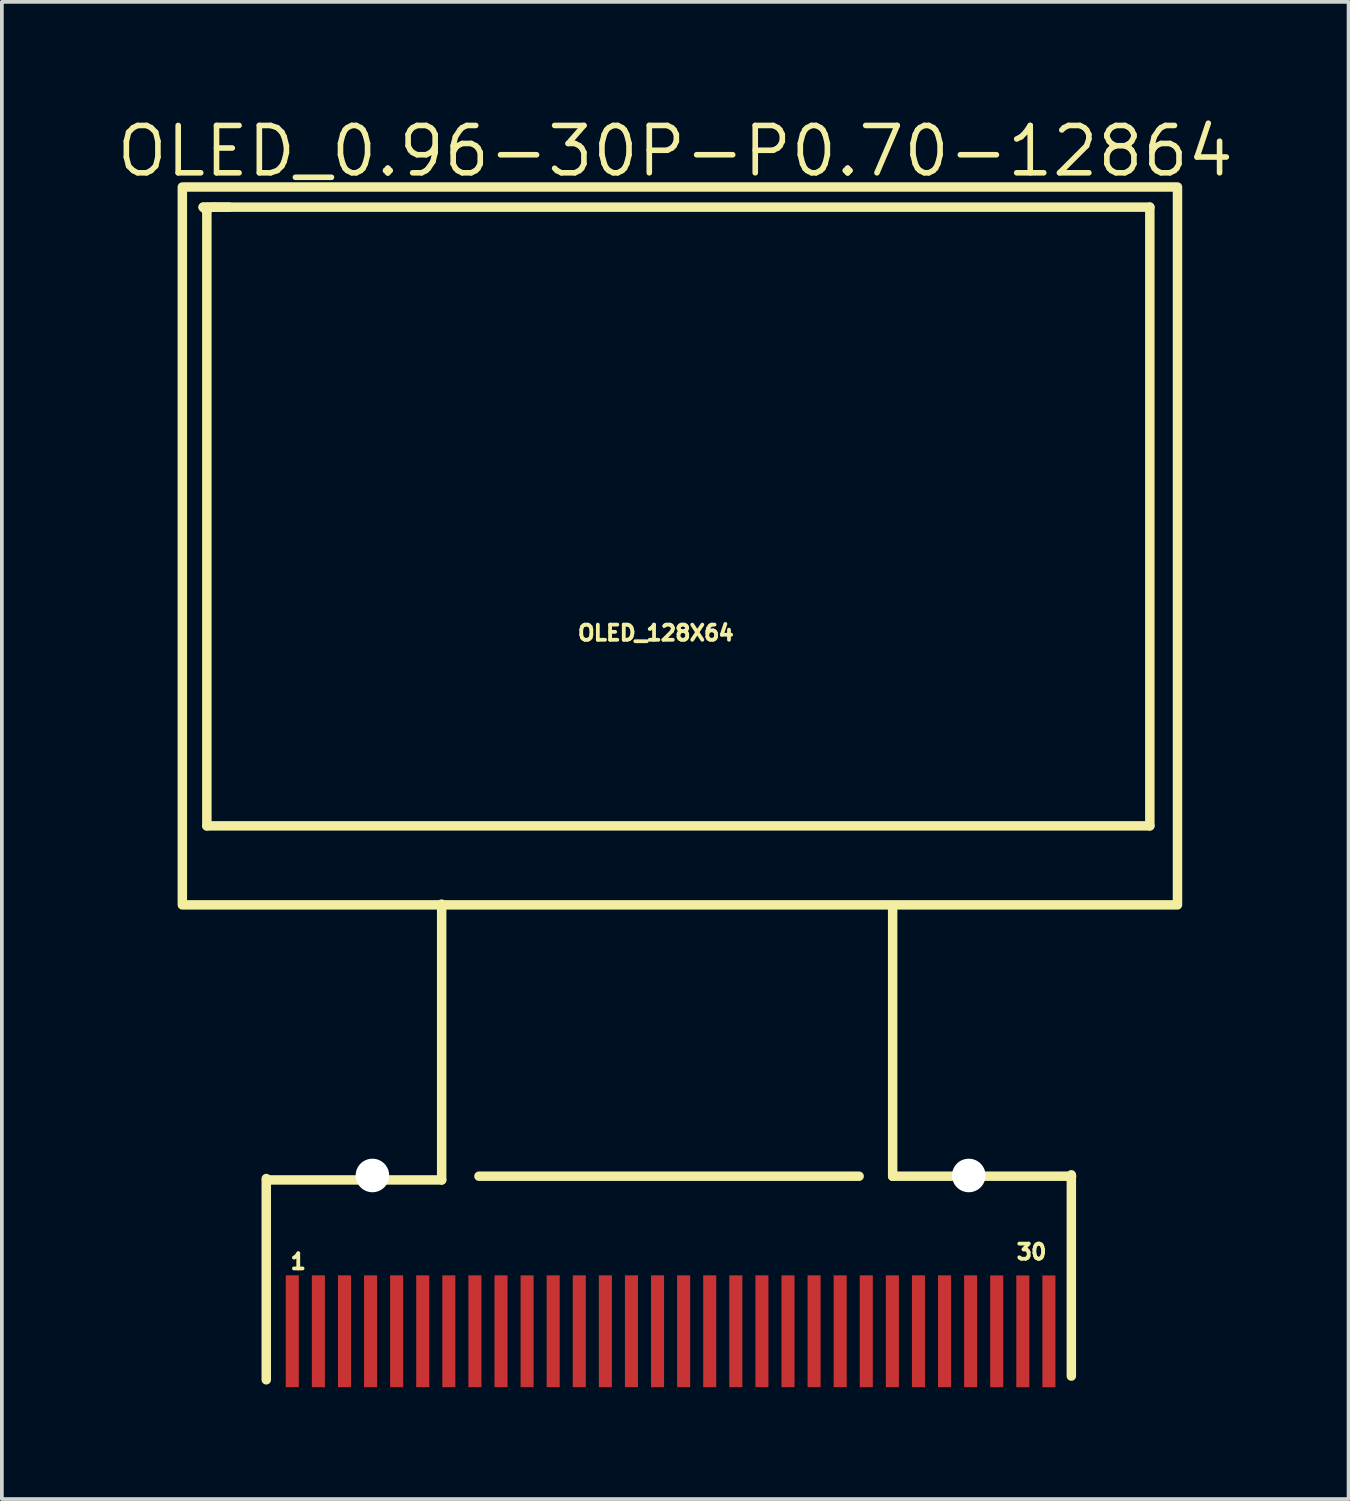
<source format=kicad_pcb>
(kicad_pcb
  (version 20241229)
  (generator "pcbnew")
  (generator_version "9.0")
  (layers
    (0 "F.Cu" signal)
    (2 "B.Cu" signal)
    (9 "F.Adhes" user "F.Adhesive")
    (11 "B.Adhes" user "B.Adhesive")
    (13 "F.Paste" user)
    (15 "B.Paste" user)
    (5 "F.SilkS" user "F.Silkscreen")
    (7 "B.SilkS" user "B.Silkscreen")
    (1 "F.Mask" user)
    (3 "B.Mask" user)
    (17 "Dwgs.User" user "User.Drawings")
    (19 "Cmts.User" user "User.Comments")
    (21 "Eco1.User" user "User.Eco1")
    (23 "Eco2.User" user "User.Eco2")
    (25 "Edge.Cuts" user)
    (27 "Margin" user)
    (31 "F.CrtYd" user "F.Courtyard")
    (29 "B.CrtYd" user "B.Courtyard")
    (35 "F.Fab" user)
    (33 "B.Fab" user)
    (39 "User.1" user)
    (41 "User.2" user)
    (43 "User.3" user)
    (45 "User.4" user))
  (footprint "OLED_0.96-30P-P0.70-12864"
    (layer "F.Cu")
    (at 14.942 32.668)
    (property "Reference" "OLED_0.96-30P-P0.70-12864" (at 0.124 -31.662 0) (layer "F.SilkS") (effects (font (size 1.27 1.27) (thickness 0.15))))
    (fp_line (start -12.541 -30.16) (end -12.242 -30.16) (stroke (width 0.254) (type default)) (layer "F.SilkS"))
    (fp_line (start -12.442 -30.16) (end 12.858 -30.16) (stroke (width 0.254) (type default)) (layer "F.SilkS"))
    (fp_line (start -12.442 -30.06) (end -12.541 -30.16) (stroke (width 0.254) (type default)) (layer "F.SilkS"))
    (fp_line (start -12.442 -13.56) (end -12.442 -30.06) (stroke (width 0.254) (type default)) (layer "F.SilkS"))
    (fp_line (start -12.242 -30.16) (end -11.842 -30.16) (stroke (width 0.254) (type default)) (layer "F.SilkS"))
    (fp_line (start -10.848 1.302) (end -10.848 -4.098) (stroke (width 0.254) (type default)) (layer "F.SilkS"))
    (fp_line (start -10.842 -4.06) (end -6.142 -4.06) (stroke (width 0.254) (type default)) (layer "F.SilkS"))
    (fp_line (start -6.142 -4.06) (end -6.142 -11.46) (stroke (width 0.254) (type default)) (layer "F.SilkS"))
    (fp_line (start -5.142 -4.16) (end 5.058 -4.16) (stroke (width 0.254) (type default)) (layer "F.SilkS"))
    (fp_line (start 5.958 -4.16) (end 5.958 -11.36) (stroke (width 0.254) (type default)) (layer "F.SilkS"))
    (fp_line (start 10.752 1.202) (end 10.752 -4.198) (stroke (width 0.254) (type default)) (layer "F.SilkS"))
    (fp_line (start 10.758 -4.16) (end 5.958 -4.16) (stroke (width 0.254) (type default)) (layer "F.SilkS"))
    (fp_line (start 12.858 -30.16) (end 12.858 -13.56) (stroke (width 0.254) (type default)) (layer "F.SilkS"))
    (fp_line (start 12.858 -13.56) (end -12.442 -13.56) (stroke (width 0.254) (type default)) (layer "F.SilkS"))
    (fp_rect (start -13.1 -30.7) (end 13.6 -11.44) (stroke (width 0.254) (type default)) (fill no) (layer "F.SilkS"))
    (fp_circle (center -8 -4.18) (end -7.8 -4.18) (stroke (width 0.4) (type default)) (fill no) (layer "Dwgs.User"))
    (fp_circle (center 8 -4.18) (end 8.2 -4.18) (stroke (width 0.4) (type default)) (fill no) (layer "Dwgs.User"))
    (fp_circle (center -13.37 -30.7) (end -13.34 -30.7) (stroke (width 0.06) (type default)) (fill no) (layer "User.5"))
    (fp_text user "1" (at -10.25 -2.106 0) (unlocked yes) (layer "F.SilkS") (effects (font (size 0.406 0.406) (thickness 0.152)) (justify left top)))
    (fp_text user "30" (at 9.23 -2.366 0) (unlocked yes) (layer "F.SilkS") (effects (font (size 0.406 0.406) (thickness 0.152)) (justify left top)))
    (fp_text user "OLED_128X64" (at -2.541 -18.973 0) (unlocked yes) (layer "F.SilkS") (effects (font (size 0.406 0.406) (thickness 0.152)) (justify left top)))
    (pad "" np_thru_hole circle (at -8 -4.18) (size 0.9 0.9) (drill 0.9) (layers "*.Cu" "*.Mask"))
    (pad "" np_thru_hole circle (at 8 -4.18) (size 0.9 0.9) (drill 0.9) (layers "*.Cu" "*.Mask"))
    (pad "1" smd rect (at -10.15 -0.002 270) (size 3 0.35) (layers "F.Cu" "F.Mask" "F.Paste"))
    (pad "2" smd rect (at -9.45 -0.0003 270) (size 3 0.35) (layers "F.Cu" "F.Mask" "F.Paste"))
    (pad "3" smd rect (at -8.75 -0.0003 270) (size 3 0.35) (layers "F.Cu" "F.Mask" "F.Paste"))
    (pad "4" smd rect (at -8.05 -0.0003 270) (size 3 0.35) (layers "F.Cu" "F.Mask" "F.Paste"))
    (pad "5" smd rect (at -7.35 -0.0003 270) (size 3 0.35) (layers "F.Cu" "F.Mask" "F.Paste"))
    (pad "6" smd rect (at -6.65 -0.0003 270) (size 3 0.35) (layers "F.Cu" "F.Mask" "F.Paste"))
    (pad "7" smd rect (at -5.95 -0.0003 270) (size 3 0.35) (layers "F.Cu" "F.Mask" "F.Paste"))
    (pad "8" smd rect (at -5.25 -0.0003 270) (size 3 0.35) (layers "F.Cu" "F.Mask" "F.Paste"))
    (pad "9" smd rect (at -4.55 -0.0003 270) (size 3 0.35) (layers "F.Cu" "F.Mask" "F.Paste"))
    (pad "10" smd rect (at -3.85 -0.0003 270) (size 3 0.35) (layers "F.Cu" "F.Mask" "F.Paste"))
    (pad "11" smd rect (at -3.15 -0.0003 270) (size 3 0.35) (layers "F.Cu" "F.Mask" "F.Paste"))
    (pad "12" smd rect (at -2.45 -0.0003 270) (size 3 0.35) (layers "F.Cu" "F.Mask" "F.Paste"))
    (pad "13" smd rect (at -1.75 -0.0003 270) (size 3 0.35) (layers "F.Cu" "F.Mask" "F.Paste"))
    (pad "14" smd rect (at -1.05 -0.0003 270) (size 3 0.35) (layers "F.Cu" "F.Mask" "F.Paste"))
    (pad "15" smd rect (at -0.35 -0.0003 270) (size 3 0.35) (layers "F.Cu" "F.Mask" "F.Paste"))
    (pad "16" smd rect (at 0.35 -0.0003 270) (size 3 0.35) (layers "F.Cu" "F.Mask" "F.Paste"))
    (pad "17" smd rect (at 1.05 -0.0003 270) (size 3 0.35) (layers "F.Cu" "F.Mask" "F.Paste"))
    (pad "18" smd rect (at 1.75 -0.0003 270) (size 3 0.35) (layers "F.Cu" "F.Mask" "F.Paste"))
    (pad "19" smd rect (at 2.45 -0.0003 270) (size 3 0.35) (layers "F.Cu" "F.Mask" "F.Paste"))
    (pad "20" smd rect (at 3.15 -0.0003 270) (size 3 0.35) (layers "F.Cu" "F.Mask" "F.Paste"))
    (pad "21" smd rect (at 3.85 -0.0003 270) (size 3 0.35) (layers "F.Cu" "F.Mask" "F.Paste"))
    (pad "22" smd rect (at 4.55 -0.0003 270) (size 3 0.35) (layers "F.Cu" "F.Mask" "F.Paste"))
    (pad "23" smd rect (at 5.25 -0.0003 270) (size 3 0.35) (layers "F.Cu" "F.Mask" "F.Paste"))
    (pad "24" smd rect (at 5.95 -0.0003 270) (size 3 0.35) (layers "F.Cu" "F.Mask" "F.Paste"))
    (pad "25" smd rect (at 6.65 -0.0003 270) (size 3 0.35) (layers "F.Cu" "F.Mask" "F.Paste"))
    (pad "26" smd rect (at 7.35 -0.0003 270) (size 3 0.35) (layers "F.Cu" "F.Mask" "F.Paste"))
    (pad "27" smd rect (at 8.05 -0.0003 270) (size 3 0.35) (layers "F.Cu" "F.Mask" "F.Paste"))
    (pad "28" smd rect (at 8.75 0.001 270) (size 3 0.35) (layers "F.Cu" "F.Mask" "F.Paste"))
    (pad "29" smd rect (at 9.45 0.002 270) (size 3 0.35) (layers "F.Cu" "F.Mask" "F.Paste"))
    (pad "30" smd rect (at 10.15 0.002 270) (size 3 0.35) (layers "F.Cu" "F.Mask" "F.Paste"))
    (zone (net_name "") (layer "Dwgs.User") (hatch edge 0.5) (priority 100) (connect_pads yes) (min_thickness 0) (filled_areas_thickness no) (fill yes) (polygon (pts (xy 4.622 30.538) (xy 4.662 30.588) (xy 4.712 30.588) (xy 4.752 30.578) (xy 4.742 30.918) (xy 4.822 30.988) (xy 4.892 30.918) (xy 4.892 30.398) (xy 4.842 30.348) (xy 4.772 30.358) (xy 4.702 30.428) (xy 4.632 30.468))) (filled_polygon (layer "Dwgs.User") (island) (pts (xy 4.622 30.538) (xy 4.662 30.588) (xy 4.712 30.588) (xy 4.752 30.578) (xy 4.742 30.918) (xy 4.822 30.988) (xy 4.892 30.918) (xy 4.892 30.398) (xy 4.842 30.348) (xy 4.772 30.358) (xy 4.702 30.428) (xy 4.632 30.468))))
    (zone (net_name "") (layer "Dwgs.User") (hatch edge 0.5) (priority 100) (connect_pads yes) (min_thickness 0) (filled_areas_thickness no) (fill yes) (polygon (pts (xy 6.362 27.828) (xy 8.702 26.398) (xy 8.772 21.288) (xy 1.462 21.308) (xy 1.502 2.028) (xy 14.833 2.048) (xy 14.833 2.258) (xy 1.702 2.218) (xy 1.662 21.128) (xy 8.862 21.158) (xy 8.962 21.148) (xy 8.922 26.408) (xy 8.922 26.478) (xy 6.462 28.008) (xy 6.592 27.728))) (filled_polygon (layer "Dwgs.User") (island) (pts (xy 6.362 27.828) (xy 8.702 26.398) (xy 8.772 21.288) (xy 1.462 21.308) (xy 1.502 2.028) (xy 14.833 2.048) (xy 14.833 2.258) (xy 1.702 2.218) (xy 1.662 21.128) (xy 8.862 21.158) (xy 8.962 21.148) (xy 8.922 26.408) (xy 8.922 26.478) (xy 6.462 28.008) (xy 6.592 27.728))))
    (zone (net_name "") (layer "Dwgs.User") (hatch edge 0.5) (priority 100) (connect_pads yes) (min_thickness 0) (filled_areas_thickness no) (fill yes) (polygon (pts (xy 23.432 27.758) (xy 21.092 26.328) (xy 21.022 21.218) (xy 28.332 21.238) (xy 28.292 1.958) (xy 14.962 1.978) (xy 14.962 2.188) (xy 28.092 2.148) (xy 28.132 21.058) (xy 20.932 21.088) (xy 20.832 21.078) (xy 20.872 26.338) (xy 20.872 26.408) (xy 23.332 27.938) (xy 23.202 27.658))) (filled_polygon (layer "Dwgs.User") (island) (pts (xy 23.432 27.758) (xy 21.092 26.328) (xy 21.022 21.218) (xy 28.332 21.238) (xy 28.292 1.958) (xy 14.962 1.978) (xy 14.962 2.188) (xy 28.092 2.148) (xy 28.132 21.058) (xy 20.932 21.088) (xy 20.832 21.078) (xy 20.872 26.338) (xy 20.872 26.408) (xy 23.332 27.938) (xy 23.202 27.658))))
    (zone (net_name "") (layer "Dwgs.User") (hatch edge 0.5) (priority 100) (connect_pads yes) (min_thickness 0) (filled_areas_thickness no) (fill yes) (polygon (pts (xy 24.962 30.948) (xy 24.862 31.008) (xy 24.762 31.008) (xy 24.672 30.968) (xy 24.602 30.888) (xy 24.582 30.768) (xy 24.582 30.618) (xy 24.602 30.518) (xy 24.672 30.408) (xy 24.802 30.368) (xy 24.792 30.528) (xy 24.762 30.548) (xy 24.742 30.578) (xy 24.722 30.658) (xy 24.722 30.718) (xy 24.742 30.808) (xy 24.772 30.848) (xy 24.812 30.858) (xy 24.852 30.848) (xy 24.872 30.818) (xy 24.892 30.718) (xy 24.892 30.668) (xy 24.872 30.578) (xy 24.852 30.538) (xy 24.802 30.518) (xy 24.812 30.368) (xy 24.892 30.388) (xy 24.952 30.418) (xy 25.012 30.498) (xy 25.052 30.638) (xy 25.042 30.758) (xy 25.022 30.868))) (filled_polygon (layer "Dwgs.User") (island) (pts (xy 24.962 30.948) (xy 24.862 31.008) (xy 24.762 31.008) (xy 24.672 30.968) (xy 24.602 30.888) (xy 24.582 30.768) (xy 24.582 30.618) (xy 24.602 30.518) (xy 24.672 30.408) (xy 24.802 30.368) (xy 24.792 30.528) (xy 24.762 30.548) (xy 24.742 30.578) (xy 24.722 30.658) (xy 24.722 30.718) (xy 24.742 30.808) (xy 24.772 30.848) (xy 24.812 30.858) (xy 24.852 30.848) (xy 24.872 30.818) (xy 24.892 30.718) (xy 24.892 30.668) (xy 24.872 30.578) (xy 24.852 30.538) (xy 24.802 30.518) (xy 24.812 30.368) (xy 24.892 30.388) (xy 24.952 30.418) (xy 25.012 30.498) (xy 25.052 30.638) (xy 25.042 30.758) (xy 25.022 30.868))))
    (zone (net_name "") (layer "Dwgs.User") (hatch edge 0.5) (priority 100) (connect_pads yes) (min_thickness 0) (filled_areas_thickness no) (fill yes) (polygon (pts (xy 24.142 30.468) (xy 24.182 30.518) (xy 24.322 30.518) (xy 24.262 30.618) (xy 24.262 30.668) (xy 24.302 30.708) (xy 24.382 30.718) (xy 24.402 30.718) (xy 24.422 30.758) (xy 24.422 30.788) (xy 24.402 30.828) (xy 24.372 30.848) (xy 24.342 30.868) (xy 24.292 30.858) (xy 24.252 30.848) (xy 24.232 30.788) (xy 24.182 30.768) (xy 24.112 30.788) (xy 24.092 30.828) (xy 24.122 30.918) (xy 24.192 30.978) (xy 24.272 31.008) (xy 24.372 31.008) (xy 24.472 30.978) (xy 24.542 30.908) (xy 24.562 30.828) (xy 24.572 30.728) (xy 24.542 30.638) (xy 24.492 30.598) (xy 24.472 30.578) (xy 24.532 30.498) (xy 24.552 30.448) (xy 24.532 30.398) (xy 24.492 30.368) (xy 24.192 30.368) (xy 24.142 30.418))) (filled_polygon (layer "Dwgs.User") (island) (pts (xy 24.142 30.468) (xy 24.182 30.518) (xy 24.322 30.518) (xy 24.262 30.618) (xy 24.262 30.668) (xy 24.302 30.708) (xy 24.382 30.718) (xy 24.402 30.718) (xy 24.422 30.758) (xy 24.422 30.788) (xy 24.402 30.828) (xy 24.372 30.848) (xy 24.342 30.868) (xy 24.292 30.858) (xy 24.252 30.848) (xy 24.232 30.788) (xy 24.182 30.768) (xy 24.112 30.788) (xy 24.092 30.828) (xy 24.122 30.918) (xy 24.192 30.978) (xy 24.272 31.008) (xy 24.372 31.008) (xy 24.472 30.978) (xy 24.542 30.908) (xy 24.562 30.828) (xy 24.572 30.728) (xy 24.542 30.638) (xy 24.492 30.598) (xy 24.472 30.578) (xy 24.532 30.498) (xy 24.552 30.448) (xy 24.532 30.398) (xy 24.492 30.368) (xy 24.192 30.368) (xy 24.142 30.418))))
    (zone (net_name "") (layer "User.3") (hatch edge 0.5) (priority 100) (connect_pads yes) (min_thickness 0) (filled_areas_thickness no) (fill yes) (polygon (pts (arc (start 4.452258 33.2282) (mid 4.091634 33.078824) (end 3.942258 32.7182)) (xy 3.942 32.708) (xy 3.952 32.698) (arc (start 3.952258 29.8182) (mid 4.027623 29.439349) (end 4.242258 29.1182)) (xy 4.362 28.998) (xy 6.412 27.798) (xy 23.502 27.818) (xy 25.292 28.848) (xy 25.562 29.028) (xy 25.702 29.168) (xy 25.792 29.288) (xy 25.902 29.538) (xy 25.942 29.808) (arc (start 25.942258 32.7882) (mid 25.822855 33.085571) (end 25.530958 33.2178)) (xy 25.532 33.218))) (filled_polygon (layer "User.3") (island) (pts (arc (start 4.452258 33.2282) (mid 4.091634 33.078824) (end 3.942258 32.7182)) (xy 3.942 32.708) (xy 3.952 32.698) (arc (start 3.952258 29.8182) (mid 4.027623 29.439349) (end 4.242258 29.1182)) (xy 4.362 28.998) (xy 6.412 27.798) (xy 23.502 27.818) (xy 25.292 28.848) (xy 25.562 29.028) (xy 25.702 29.168) (xy 25.792 29.288) (xy 25.902 29.538) (xy 25.942 29.808) (arc (start 25.942258 32.7882) (mid 25.822855 33.085571) (end 25.530958 33.2178)) (xy 25.532 33.218))))
    (zone (net_name "") (layer "User.4") (hatch edge 0.5) (priority 100) (connect_pads yes) (min_thickness 0) (filled_areas_thickness no) (fill yes) (polygon (pts (xy 4.692 33.238) (xy 4.692 31.238) (xy 4.892 31.238) (xy 4.892 33.238))) (filled_polygon (layer "User.4") (island) (pts (xy 4.692 33.238) (xy 4.692 31.238) (xy 4.892 31.238) (xy 4.892 33.238))))
    (zone (net_name "") (layer "User.4") (hatch edge 0.5) (priority 100) (connect_pads yes) (min_thickness 0) (filled_areas_thickness no) (fill yes) (polygon (pts (xy 5.392 33.238) (xy 5.392 31.238) (xy 5.592 31.238) (xy 5.592 33.238))) (filled_polygon (layer "User.4") (island) (pts (xy 5.392 33.238) (xy 5.392 31.238) (xy 5.592 31.238) (xy 5.592 33.238))))
    (zone (net_name "") (layer "User.4") (hatch edge 0.5) (priority 100) (connect_pads yes) (min_thickness 0) (filled_areas_thickness no) (fill yes) (polygon (pts (xy 6.092 33.238) (xy 6.092 31.238) (xy 6.292 31.238) (xy 6.292 33.238))) (filled_polygon (layer "User.4") (island) (pts (xy 6.092 33.238) (xy 6.092 31.238) (xy 6.292 31.238) (xy 6.292 33.238))))
    (zone (net_name "") (layer "User.4") (hatch edge 0.5) (priority 100) (connect_pads yes) (min_thickness 0) (filled_areas_thickness no) (fill yes) (polygon (pts (xy 6.792 33.238) (xy 6.792 31.238) (xy 6.992 31.238) (xy 6.992 33.238))) (filled_polygon (layer "User.4") (island) (pts (xy 6.792 33.238) (xy 6.792 31.238) (xy 6.992 31.238) (xy 6.992 33.238))))
    (zone (net_name "") (layer "User.4") (hatch edge 0.5) (priority 100) (connect_pads yes) (min_thickness 0) (filled_areas_thickness no) (fill yes) (polygon (pts (xy 7.492 33.238) (xy 7.492 31.238) (xy 7.692 31.238) (xy 7.692 33.238))) (filled_polygon (layer "User.4") (island) (pts (xy 7.492 33.238) (xy 7.492 31.238) (xy 7.692 31.238) (xy 7.692 33.238))))
    (zone (net_name "") (layer "User.4") (hatch edge 0.5) (priority 100) (connect_pads yes) (min_thickness 0) (filled_areas_thickness no) (fill yes) (polygon (pts (xy 8.192 33.238) (xy 8.192 31.238) (xy 8.392 31.238) (xy 8.392 33.238))) (filled_polygon (layer "User.4") (island) (pts (xy 8.192 33.238) (xy 8.192 31.238) (xy 8.392 31.238) (xy 8.392 33.238))))
    (zone (net_name "") (layer "User.4") (hatch edge 0.5) (priority 100) (connect_pads yes) (min_thickness 0) (filled_areas_thickness no) (fill yes) (polygon (pts (xy 8.892 33.238) (xy 8.892 31.238) (xy 9.092 31.238) (xy 9.092 33.238))) (filled_polygon (layer "User.4") (island) (pts (xy 8.892 33.238) (xy 8.892 31.238) (xy 9.092 31.238) (xy 9.092 33.238))))
    (zone (net_name "") (layer "User.4") (hatch edge 0.5) (priority 100) (connect_pads yes) (min_thickness 0) (filled_areas_thickness no) (fill yes) (polygon (pts (xy 9.592 33.238) (xy 9.592 31.238) (xy 9.792 31.238) (xy 9.792 33.238))) (filled_polygon (layer "User.4") (island) (pts (xy 9.592 33.238) (xy 9.592 31.238) (xy 9.792 31.238) (xy 9.792 33.238))))
    (zone (net_name "") (layer "User.4") (hatch edge 0.5) (priority 100) (connect_pads yes) (min_thickness 0) (filled_areas_thickness no) (fill yes) (polygon (pts (xy 10.292 33.238) (xy 10.292 31.238) (xy 10.492 31.238) (xy 10.492 33.238))) (filled_polygon (layer "User.4") (island) (pts (xy 10.292 33.238) (xy 10.292 31.238) (xy 10.492 31.238) (xy 10.492 33.238))))
    (zone (net_name "") (layer "User.4") (hatch edge 0.5) (priority 100) (connect_pads yes) (min_thickness 0) (filled_areas_thickness no) (fill yes) (polygon (pts (xy 10.992 33.238) (xy 10.992 31.238) (xy 11.192 31.238) (xy 11.192 33.238))) (filled_polygon (layer "User.4") (island) (pts (xy 10.992 33.238) (xy 10.992 31.238) (xy 11.192 31.238) (xy 11.192 33.238))))
    (zone (net_name "") (layer "User.4") (hatch edge 0.5) (priority 100) (connect_pads yes) (min_thickness 0) (filled_areas_thickness no) (fill yes) (polygon (pts (xy 11.692 33.238) (xy 11.692 31.238) (xy 11.892 31.238) (xy 11.892 33.238))) (filled_polygon (layer "User.4") (island) (pts (xy 11.692 33.238) (xy 11.692 31.238) (xy 11.892 31.238) (xy 11.892 33.238))))
    (zone (net_name "") (layer "User.4") (hatch edge 0.5) (priority 100) (connect_pads yes) (min_thickness 0) (filled_areas_thickness no) (fill yes) (polygon (pts (xy 12.392 33.238) (xy 12.392 31.238) (xy 12.592 31.238) (xy 12.592 33.238))) (filled_polygon (layer "User.4") (island) (pts (xy 12.392 33.238) (xy 12.392 31.238) (xy 12.592 31.238) (xy 12.592 33.238))))
    (zone (net_name "") (layer "User.4") (hatch edge 0.5) (priority 100) (connect_pads yes) (min_thickness 0) (filled_areas_thickness no) (fill yes) (polygon (pts (xy 13.092 33.238) (xy 13.092 31.238) (xy 13.292 31.238) (xy 13.292 33.238))) (filled_polygon (layer "User.4") (island) (pts (xy 13.092 33.238) (xy 13.092 31.238) (xy 13.292 31.238) (xy 13.292 33.238))))
    (zone (net_name "") (layer "User.4") (hatch edge 0.5) (priority 100) (connect_pads yes) (min_thickness 0) (filled_areas_thickness no) (fill yes) (polygon (pts (xy 13.792 33.238) (xy 13.792 31.238) (xy 13.992 31.238) (xy 13.992 33.238))) (filled_polygon (layer "User.4") (island) (pts (xy 13.792 33.238) (xy 13.792 31.238) (xy 13.992 31.238) (xy 13.992 33.238))))
    (zone (net_name "") (layer "User.4") (hatch edge 0.5) (priority 100) (connect_pads yes) (min_thickness 0) (filled_areas_thickness no) (fill yes) (polygon (pts (xy 14.492 33.238) (xy 14.492 31.238) (xy 14.692 31.238) (xy 14.692 33.238))) (filled_polygon (layer "User.4") (island) (pts (xy 14.492 33.238) (xy 14.492 31.238) (xy 14.692 31.238) (xy 14.692 33.238))))
    (zone (net_name "") (layer "User.4") (hatch edge 0.5) (priority 100) (connect_pads yes) (min_thickness 0) (filled_areas_thickness no) (fill yes) (polygon (pts (xy 15.192 33.238) (xy 15.192 31.238) (xy 15.392 31.238) (xy 15.392 33.238))) (filled_polygon (layer "User.4") (island) (pts (xy 15.192 33.238) (xy 15.192 31.238) (xy 15.392 31.238) (xy 15.392 33.238))))
    (zone (net_name "") (layer "User.4") (hatch edge 0.5) (priority 100) (connect_pads yes) (min_thickness 0) (filled_areas_thickness no) (fill yes) (polygon (pts (xy 15.892 33.238) (xy 15.892 31.238) (xy 16.092 31.238) (xy 16.092 33.238))) (filled_polygon (layer "User.4") (island) (pts (xy 15.892 33.238) (xy 15.892 31.238) (xy 16.092 31.238) (xy 16.092 33.238))))
    (zone (net_name "") (layer "User.4") (hatch edge 0.5) (priority 100) (connect_pads yes) (min_thickness 0) (filled_areas_thickness no) (fill yes) (polygon (pts (xy 16.592 33.238) (xy 16.592 31.238) (xy 16.792 31.238) (xy 16.792 33.238))) (filled_polygon (layer "User.4") (island) (pts (xy 16.592 33.238) (xy 16.592 31.238) (xy 16.792 31.238) (xy 16.792 33.238))))
    (zone (net_name "") (layer "User.4") (hatch edge 0.5) (priority 100) (connect_pads yes) (min_thickness 0) (filled_areas_thickness no) (fill yes) (polygon (pts (xy 17.292 33.238) (xy 17.292 31.238) (xy 17.492 31.238) (xy 17.492 33.238))) (filled_polygon (layer "User.4") (island) (pts (xy 17.292 33.238) (xy 17.292 31.238) (xy 17.492 31.238) (xy 17.492 33.238))))
    (zone (net_name "") (layer "User.4") (hatch edge 0.5) (priority 100) (connect_pads yes) (min_thickness 0) (filled_areas_thickness no) (fill yes) (polygon (pts (xy 17.992 33.238) (xy 17.992 31.238) (xy 18.192 31.238) (xy 18.192 33.238))) (filled_polygon (layer "User.4") (island) (pts (xy 17.992 33.238) (xy 17.992 31.238) (xy 18.192 31.238) (xy 18.192 33.238))))
    (zone (net_name "") (layer "User.4") (hatch edge 0.5) (priority 100) (connect_pads yes) (min_thickness 0) (filled_areas_thickness no) (fill yes) (polygon (pts (xy 18.692 33.238) (xy 18.692 31.238) (xy 18.892 31.238) (xy 18.892 33.238))) (filled_polygon (layer "User.4") (island) (pts (xy 18.692 33.238) (xy 18.692 31.238) (xy 18.892 31.238) (xy 18.892 33.238))))
    (zone (net_name "") (layer "User.4") (hatch edge 0.5) (priority 100) (connect_pads yes) (min_thickness 0) (filled_areas_thickness no) (fill yes) (polygon (pts (xy 19.392 33.238) (xy 19.392 31.238) (xy 19.592 31.238) (xy 19.592 33.238))) (filled_polygon (layer "User.4") (island) (pts (xy 19.392 33.238) (xy 19.392 31.238) (xy 19.592 31.238) (xy 19.592 33.238))))
    (zone (net_name "") (layer "User.4") (hatch edge 0.5) (priority 100) (connect_pads yes) (min_thickness 0) (filled_areas_thickness no) (fill yes) (polygon (pts (xy 20.092 33.238) (xy 20.092 31.238) (xy 20.292 31.238) (xy 20.292 33.238))) (filled_polygon (layer "User.4") (island) (pts (xy 20.092 33.238) (xy 20.092 31.238) (xy 20.292 31.238) (xy 20.292 33.238))))
    (zone (net_name "") (layer "User.4") (hatch edge 0.5) (priority 100) (connect_pads yes) (min_thickness 0) (filled_areas_thickness no) (fill yes) (polygon (pts (xy 20.792 33.238) (xy 20.792 31.238) (xy 20.992 31.238) (xy 20.992 33.238))) (filled_polygon (layer "User.4") (island) (pts (xy 20.792 33.238) (xy 20.792 31.238) (xy 20.992 31.238) (xy 20.992 33.238))))
    (zone (net_name "") (layer "User.4") (hatch edge 0.5) (priority 100) (connect_pads yes) (min_thickness 0) (filled_areas_thickness no) (fill yes) (polygon (pts (xy 21.492 33.238) (xy 21.492 31.238) (xy 21.692 31.238) (xy 21.692 33.238))) (filled_polygon (layer "User.4") (island) (pts (xy 21.492 33.238) (xy 21.492 31.238) (xy 21.692 31.238) (xy 21.692 33.238))))
    (zone (net_name "") (layer "User.4") (hatch edge 0.5) (priority 100) (connect_pads yes) (min_thickness 0) (filled_areas_thickness no) (fill yes) (polygon (pts (xy 22.192 33.238) (xy 22.192 31.238) (xy 22.392 31.238) (xy 22.392 33.238))) (filled_polygon (layer "User.4") (island) (pts (xy 22.192 33.238) (xy 22.192 31.238) (xy 22.392 31.238) (xy 22.392 33.238))))
    (zone (net_name "") (layer "User.4") (hatch edge 0.5) (priority 100) (connect_pads yes) (min_thickness 0) (filled_areas_thickness no) (fill yes) (polygon (pts (xy 22.892 33.238) (xy 22.892 31.238) (xy 23.092 31.238) (xy 23.092 33.238))) (filled_polygon (layer "User.4") (island) (pts (xy 22.892 33.238) (xy 22.892 31.238) (xy 23.092 31.238) (xy 23.092 33.238))))
    (zone (net_name "") (layer "User.4") (hatch edge 0.5) (priority 100) (connect_pads yes) (min_thickness 0) (filled_areas_thickness no) (fill yes) (polygon (pts (xy 23.592 33.238) (xy 23.592 31.238) (xy 23.792 31.238) (xy 23.792 33.238))) (filled_polygon (layer "User.4") (island) (pts (xy 23.592 33.238) (xy 23.592 31.238) (xy 23.792 31.238) (xy 23.792 33.238))))
    (zone (net_name "") (layer "User.4") (hatch edge 0.5) (priority 100) (connect_pads yes) (min_thickness 0) (filled_areas_thickness no) (fill yes) (polygon (pts (xy 24.292 33.238) (xy 24.292 31.238) (xy 24.492 31.238) (xy 24.492 33.238))) (filled_polygon (layer "User.4") (island) (pts (xy 24.292 33.238) (xy 24.292 31.238) (xy 24.492 31.238) (xy 24.492 33.238))))
    (zone (net_name "") (layer "User.4") (hatch edge 0.5) (priority 100) (connect_pads yes) (min_thickness 0) (filled_areas_thickness no) (fill yes) (polygon (pts (xy 24.992 33.238) (xy 24.992 31.238) (xy 25.192 31.238) (xy 25.192 33.238))) (filled_polygon (layer "User.4") (island) (pts (xy 24.992 33.238) (xy 24.992 31.238) (xy 25.192 31.238) (xy 25.192 33.238)))))
  (gr_rect
    (start -3 -3)
    (end 33.132 37.17)
    (stroke (width 0.1) (type default))
    (fill no)
    (layer "Edge.Cuts")))
</source>
